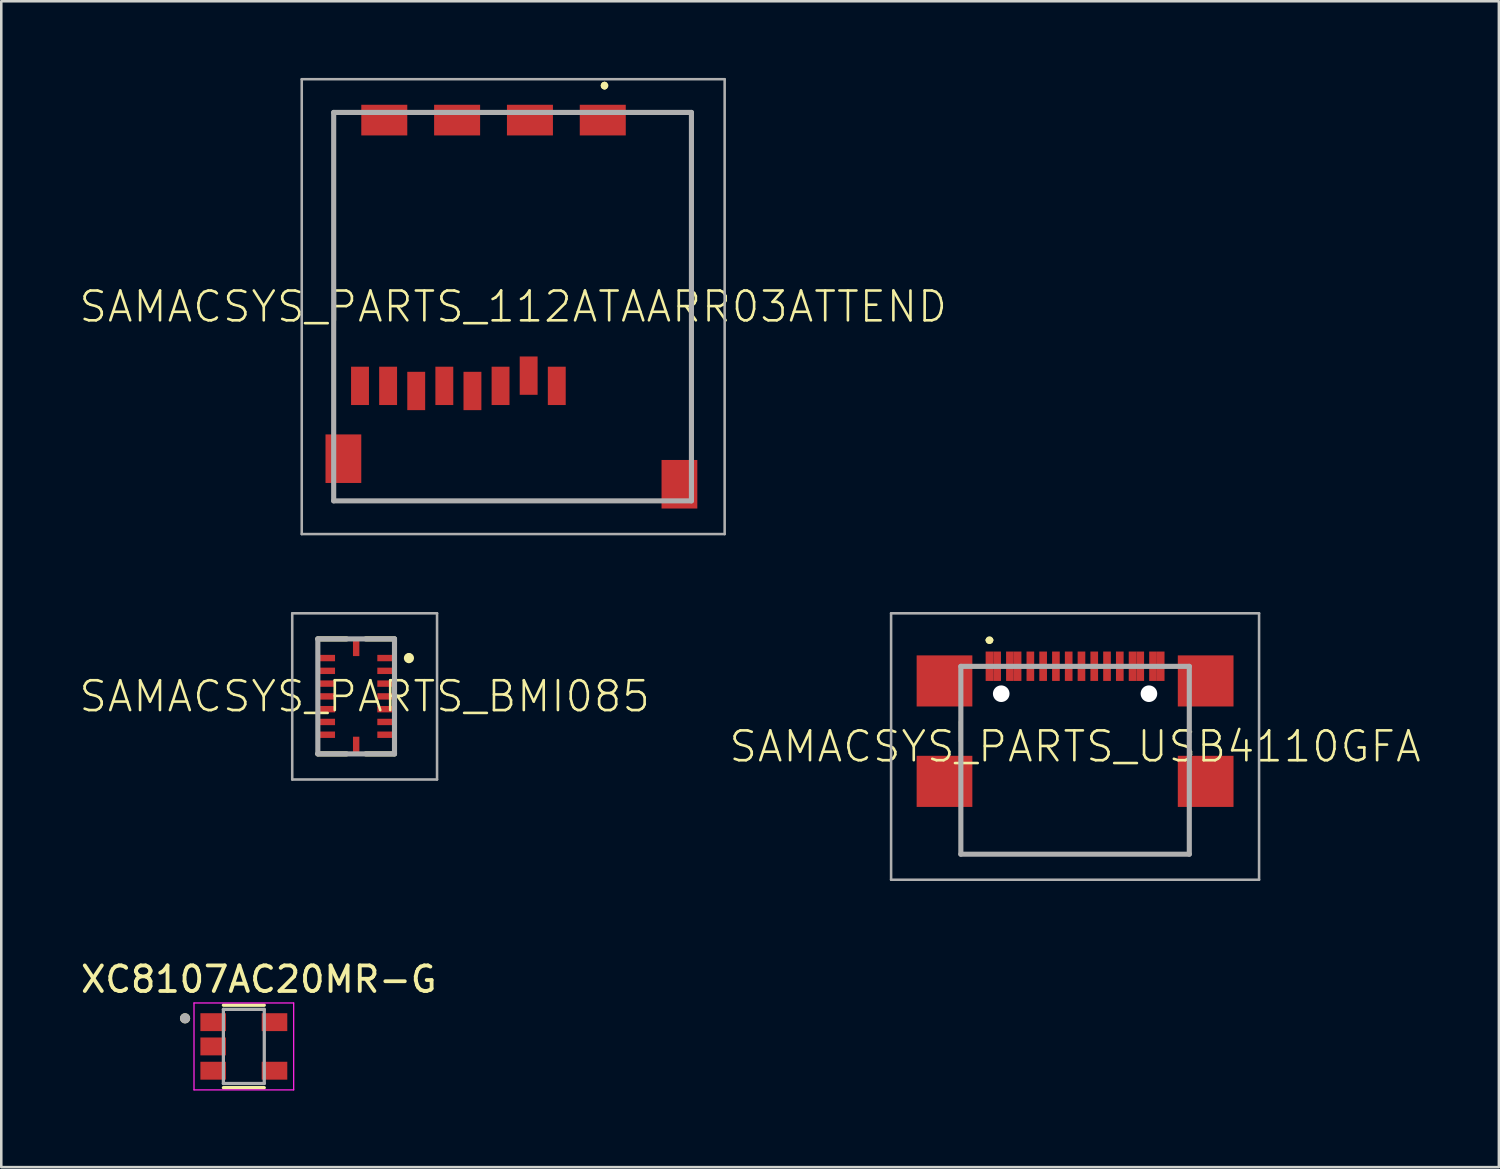
<source format=kicad_pcb>
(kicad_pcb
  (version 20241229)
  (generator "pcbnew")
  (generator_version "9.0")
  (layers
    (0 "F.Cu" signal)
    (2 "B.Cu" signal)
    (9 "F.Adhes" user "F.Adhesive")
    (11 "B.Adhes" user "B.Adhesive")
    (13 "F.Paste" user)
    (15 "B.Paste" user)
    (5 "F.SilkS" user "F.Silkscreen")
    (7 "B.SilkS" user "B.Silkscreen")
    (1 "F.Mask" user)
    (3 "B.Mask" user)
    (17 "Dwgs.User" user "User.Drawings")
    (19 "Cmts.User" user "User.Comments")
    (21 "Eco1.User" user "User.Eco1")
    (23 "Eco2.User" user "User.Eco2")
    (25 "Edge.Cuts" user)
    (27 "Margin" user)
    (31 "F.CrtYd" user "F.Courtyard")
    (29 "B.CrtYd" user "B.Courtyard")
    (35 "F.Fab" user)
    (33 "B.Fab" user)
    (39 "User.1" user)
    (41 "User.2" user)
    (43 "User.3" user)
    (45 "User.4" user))
  (footprint "SAMACSYS_PARTS_BMI085"
    (layer "F.Cu")
    (at 10.888 24.202)
    (property "Reference" "SAMACSYS_PARTS_BMI085" (at 0.331 0 0) (layer "F.SilkS") (effects (font (size 1.168 1.168) (thickness 0.102))))
    (fp_line (start -1.5 -2.25) (end -0.377 -2.25) (stroke (width 0.2) (type solid)) (layer "F.SilkS"))
    (fp_line (start -1.5 2.25) (end -0.377 2.25) (stroke (width 0.2) (type solid)) (layer "F.SilkS"))
    (fp_line (start 1.5 -2.25) (end 0.377 -2.25) (stroke (width 0.2) (type solid)) (layer "F.SilkS"))
    (fp_line (start 1.5 2.25) (end 0.377 2.25) (stroke (width 0.2) (type solid)) (layer "F.SilkS"))
    (fp_arc (start 2.065 -1.6) (mid 2.165 -1.5) (end 2.065 -1.4) (stroke (width 0.2) (type solid)) (layer "F.SilkS"))
    (fp_arc (start 2.065 -1.4) (mid 1.965 -1.5) (end 2.065 -1.6) (stroke (width 0.2) (type solid)) (layer "F.SilkS"))
    (fp_line (start -2.502 -3.252) (end 3.165 -3.252) (stroke (width 0.1) (type solid)) (layer "F.Fab"))
    (fp_line (start -2.502 3.252) (end -2.502 -3.252) (stroke (width 0.1) (type solid)) (layer "F.Fab"))
    (fp_line (start -1.5 -2.25) (end 1.5 -2.25) (stroke (width 0.2) (type solid)) (layer "F.Fab"))
    (fp_line (start -1.5 2.25) (end -1.5 -2.25) (stroke (width 0.2) (type solid)) (layer "F.Fab"))
    (fp_line (start 1.5 -2.25) (end 1.5 2.25) (stroke (width 0.2) (type solid)) (layer "F.Fab"))
    (fp_line (start 1.5 2.25) (end -1.5 2.25) (stroke (width 0.2) (type solid)) (layer "F.Fab"))
    (fp_line (start 3.165 -3.252) (end 3.165 3.252) (stroke (width 0.1) (type solid)) (layer "F.Fab"))
    (fp_line (start 3.165 3.252) (end -2.502 3.252) (stroke (width 0.1) (type solid)) (layer "F.Fab"))
    (pad "1" smd rect (at 1.165 -1.5) (size 0.675 0.25) (layers "F.Cu" "F.Mask" "F.Paste"))
    (pad "2" smd rect (at 1.165 -1) (size 0.675 0.25) (layers "F.Cu" "F.Mask" "F.Paste"))
    (pad "3" smd rect (at 1.165 -0.5) (size 0.675 0.25) (layers "F.Cu" "F.Mask" "F.Paste"))
    (pad "4" smd rect (at 1.165 0) (size 0.675 0.25) (layers "F.Cu" "F.Mask" "F.Paste"))
    (pad "5" smd rect (at 1.165 0.5) (size 0.675 0.25) (layers "F.Cu" "F.Mask" "F.Paste"))
    (pad "6" smd rect (at 1.165 1) (size 0.675 0.25) (layers "F.Cu" "F.Mask" "F.Paste"))
    (pad "7" smd rect (at 1.165 1.5) (size 0.675 0.25) (layers "F.Cu" "F.Mask" "F.Paste"))
    (pad "8" smd rect (at 0 1.915 90) (size 0.675 0.25) (layers "F.Cu" "F.Mask" "F.Paste"))
    (pad "9" smd rect (at -1.165 1.5) (size 0.675 0.25) (layers "F.Cu" "F.Mask" "F.Paste"))
    (pad "10" smd rect (at -1.165 1) (size 0.675 0.25) (layers "F.Cu" "F.Mask" "F.Paste"))
    (pad "11" smd rect (at -1.165 0.5) (size 0.675 0.25) (layers "F.Cu" "F.Mask" "F.Paste"))
    (pad "12" smd rect (at -1.165 0) (size 0.675 0.25) (layers "F.Cu" "F.Mask" "F.Paste"))
    (pad "13" smd rect (at -1.165 -0.5) (size 0.675 0.25) (layers "F.Cu" "F.Mask" "F.Paste"))
    (pad "14" smd rect (at -1.165 -1) (size 0.675 0.25) (layers "F.Cu" "F.Mask" "F.Paste"))
    (pad "15" smd rect (at -1.165 -1.5) (size 0.675 0.25) (layers "F.Cu" "F.Mask" "F.Paste"))
    (pad "16" smd rect (at 0 -1.915 90) (size 0.675 0.25) (layers "F.Cu" "F.Mask" "F.Paste")))
  (footprint "SAMACSYS_PARTS_112ATAARR03ATTEND"
    (layer "F.Cu")
    (at 9.938 12.05)
    (property "Reference" "SAMACSYS_PARTS_112ATAARR03ATTEND" (at 7.095 -3.1 0) (layer "F.SilkS") (effects (font (size 1.168 1.168) (thickness 0.102))))
    (fp_line (start 0.07 -10.7) (end 0.57 -10.7) (stroke (width 0.1) (type solid)) (layer "F.SilkS"))
    (fp_line (start 0.07 1.4) (end 0.07 -10.7) (stroke (width 0.1) (type solid)) (layer "F.SilkS"))
    (fp_line (start 12.07 -10.7) (end 14.07 -10.7) (stroke (width 0.1) (type solid)) (layer "F.SilkS"))
    (fp_line (start 12.32 4.5) (end 0.07 4.5) (stroke (width 0.1) (type solid)) (layer "F.SilkS"))
    (fp_line (start 14.07 -10.7) (end 14.07 2.15) (stroke (width 0.1) (type solid)) (layer "F.SilkS"))
    (fp_arc (start 10.67 -11.8) (mid 10.72 -11.75) (end 10.67 -11.7) (stroke (width 0.2) (type solid)) (layer "F.SilkS"))
    (fp_arc (start 10.67 -11.7) (mid 10.62 -11.75) (end 10.67 -11.8) (stroke (width 0.2) (type solid)) (layer "F.SilkS"))
    (fp_arc (start 10.67 -11.7) (mid 10.62 -11.75) (end 10.67 -11.8) (stroke (width 0.2) (type solid)) (layer "F.SilkS"))
    (fp_line (start -1.18 -12) (end 15.37 -12) (stroke (width 0.1) (type solid)) (layer "F.Fab"))
    (fp_line (start -1.18 5.8) (end -1.18 -12) (stroke (width 0.1) (type solid)) (layer "F.Fab"))
    (fp_line (start 0.07 -10.7) (end 0.07 4.5) (stroke (width 0.2) (type solid)) (layer "F.Fab"))
    (fp_line (start 0.07 4.5) (end 14.07 4.5) (stroke (width 0.2) (type solid)) (layer "F.Fab"))
    (fp_line (start 14.07 -10.7) (end 0.07 -10.7) (stroke (width 0.2) (type solid)) (layer "F.Fab"))
    (fp_line (start 14.07 4.5) (end 14.07 -10.7) (stroke (width 0.2) (type solid)) (layer "F.Fab"))
    (fp_line (start 15.37 -12) (end 15.37 5.8) (stroke (width 0.1) (type solid)) (layer "F.Fab"))
    (fp_line (start 15.37 5.8) (end -1.18 5.8) (stroke (width 0.1) (type solid)) (layer "F.Fab"))
    (pad "G1" smd rect (at 10.6 -10.4) (size 1.8 1.2) (layers "F.Cu" "F.Mask" "F.Paste"))
    (pad "G2" smd rect (at 4.9 -10.4) (size 1.8 1.2) (layers "F.Cu" "F.Mask" "F.Paste"))
    (pad "G3" smd rect (at 13.6 3.85 90) (size 1.9 1.4) (layers "F.Cu" "F.Mask" "F.Paste"))
    (pad "G4" smd rect (at 0.45 2.85 90) (size 1.9 1.4) (layers "F.Cu" "F.Mask" "F.Paste"))
    (pad "P1" smd rect (at 8.8 0 90) (size 1.5 0.7) (layers "F.Cu" "F.Mask" "F.Paste"))
    (pad "P2" smd rect (at 7.7 -0.4 90) (size 1.5 0.7) (layers "F.Cu" "F.Mask" "F.Paste"))
    (pad "P3" smd rect (at 6.6 0 90) (size 1.5 0.7) (layers "F.Cu" "F.Mask" "F.Paste"))
    (pad "P4" smd rect (at 5.5 0.2 90) (size 1.5 0.7) (layers "F.Cu" "F.Mask" "F.Paste"))
    (pad "P5" smd rect (at 4.4 0 90) (size 1.5 0.7) (layers "F.Cu" "F.Mask" "F.Paste"))
    (pad "P6" smd rect (at 3.3 0.2 90) (size 1.5 0.7) (layers "F.Cu" "F.Mask" "F.Paste"))
    (pad "P7" smd rect (at 2.2 0 90) (size 1.5 0.7) (layers "F.Cu" "F.Mask" "F.Paste"))
    (pad "P8" smd rect (at 1.1 0 90) (size 1.5 0.7) (layers "F.Cu" "F.Mask" "F.Paste"))
    (pad "S1" smd rect (at 7.75 -10.4) (size 1.8 1.2) (layers "F.Cu" "F.Mask" "F.Paste"))
    (pad "S2" smd rect (at 2.05 -10.4) (size 1.8 1.2) (layers "F.Cu" "F.Mask" "F.Paste")))
  (footprint "XC8107AC20MR-G"
    (layer "F.Cu")
    (at 6.492 37.9)
    (property "Reference" "XC8107AC20MR-G" (at 0.585 -2.625 0) (layer "F.SilkS") (effects (font (size 1 1) (thickness 0.15))))
    (attr smd)
    (fp_line (start -0.8 -1.613) (end 0.8 -1.613) (stroke (width 0.127) (type solid)) (layer "F.SilkS"))
    (fp_line (start -0.8 1.613) (end 0.8 1.613) (stroke (width 0.127) (type solid)) (layer "F.SilkS"))
    (fp_circle (center -2.3 -1.1) (end -2.2 -1.1) (stroke (width 0.2) (type solid)) (fill no) (layer "F.SilkS"))
    (fp_line (start -1.95 -1.7) (end 1.95 -1.7) (stroke (width 0.05) (type solid)) (layer "F.CrtYd"))
    (fp_line (start -1.95 1.7) (end -1.95 -1.7) (stroke (width 0.05) (type solid)) (layer "F.CrtYd"))
    (fp_line (start 1.95 -1.7) (end 1.95 1.7) (stroke (width 0.05) (type solid)) (layer "F.CrtYd"))
    (fp_line (start 1.95 1.7) (end -1.95 1.7) (stroke (width 0.05) (type solid)) (layer "F.CrtYd"))
    (fp_line (start -0.8 -1.45) (end 0.8 -1.45) (stroke (width 0.127) (type solid)) (layer "F.Fab"))
    (fp_line (start -0.8 1.45) (end -0.8 -1.45) (stroke (width 0.127) (type solid)) (layer "F.Fab"))
    (fp_line (start 0.8 -1.45) (end 0.8 1.45) (stroke (width 0.127) (type solid)) (layer "F.Fab"))
    (fp_line (start 0.8 1.45) (end -0.8 1.45) (stroke (width 0.127) (type solid)) (layer "F.Fab"))
    (fp_circle (center -2.3 -1.1) (end -2.2 -1.1) (stroke (width 0.2) (type solid)) (fill no) (layer "F.Fab"))
    (pad "1" smd rect (at -1.2 -0.95) (size 1 0.7) (layers "F.Cu" "F.Mask" "F.Paste"))
    (pad "2" smd rect (at -1.2 0) (size 1 0.7) (layers "F.Cu" "F.Mask" "F.Paste"))
    (pad "3" smd rect (at -1.2 0.95) (size 1 0.7) (layers "F.Cu" "F.Mask" "F.Paste"))
    (pad "4" smd rect (at 1.2 0.95) (size 1 0.7) (layers "F.Cu" "F.Mask" "F.Paste"))
    (pad "5" smd rect (at 1.2 -0.95) (size 1 0.7) (layers "F.Cu" "F.Mask" "F.Paste")))
  (footprint "SAMACSYS_PARTS_USB4110GFA"
    (layer "F.Cu")
    (at 39.021 26.7)
    (property "Reference" "SAMACSYS_PARTS_USB4110GFA" (at 0 -0.536 0) (layer "F.SilkS") (effects (font (size 1.168 1.168) (thickness 0.102))))
    (fp_line (start -4.5 -1.5) (end -4.5 -0.75) (stroke (width 0.1) (type solid)) (layer "F.SilkS"))
    (fp_line (start -4.5 -0.75) (end -4.47 -0.75) (stroke (width 0.1) (type solid)) (layer "F.SilkS"))
    (fp_line (start -4.47 -1.5) (end -4.5 -1.5) (stroke (width 0.1) (type solid)) (layer "F.SilkS"))
    (fp_line (start -4.47 -0.75) (end -4.47 -1.5) (stroke (width 0.1) (type solid)) (layer "F.SilkS"))
    (fp_line (start -4.47 3.677) (end -4.47 2.5) (stroke (width 0.1) (type solid)) (layer "F.SilkS"))
    (fp_line (start 4.47 -1.75) (end 4.47 -0.75) (stroke (width 0.1) (type solid)) (layer "F.SilkS"))
    (fp_line (start 4.47 2.25) (end 4.47 3.677) (stroke (width 0.1) (type solid)) (layer "F.SilkS"))
    (fp_line (start 4.47 3.677) (end -4.47 3.677) (stroke (width 0.1) (type solid)) (layer "F.SilkS"))
    (fp_arc (start -3.4 -4.7) (mid -3.35 -4.75) (end -3.3 -4.7) (stroke (width 0.2) (type solid)) (layer "F.SilkS"))
    (fp_arc (start -3.3 -4.7) (mid -3.35 -4.65) (end -3.4 -4.7) (stroke (width 0.2) (type solid)) (layer "F.SilkS"))
    (fp_arc (start -3.3 -4.7) (mid -3.35 -4.65) (end -3.4 -4.7) (stroke (width 0.2) (type solid)) (layer "F.SilkS"))
    (fp_line (start -7.2 -5.75) (end 7.2 -5.75) (stroke (width 0.1) (type solid)) (layer "F.Fab"))
    (fp_line (start -7.2 4.677) (end -7.2 -5.75) (stroke (width 0.1) (type solid)) (layer "F.Fab"))
    (fp_line (start -4.47 -3.673) (end -4.47 3.677) (stroke (width 0.2) (type solid)) (layer "F.Fab"))
    (fp_line (start -4.47 3.677) (end 4.47 3.677) (stroke (width 0.2) (type solid)) (layer "F.Fab"))
    (fp_line (start 4.47 -3.673) (end -4.47 -3.673) (stroke (width 0.2) (type solid)) (layer "F.Fab"))
    (fp_line (start 4.47 3.677) (end 4.47 -3.673) (stroke (width 0.2) (type solid)) (layer "F.Fab"))
    (fp_line (start 7.2 -5.75) (end 7.2 4.677) (stroke (width 0.1) (type solid)) (layer "F.Fab"))
    (fp_line (start 7.2 4.677) (end -7.2 4.677) (stroke (width 0.1) (type solid)) (layer "F.Fab"))
    (pad "" np_thru_hole circle (at -2.89 -2.603) (size 0.65 0.65) (drill 0.65) (layers "*.Cu" "*.Mask"))
    (pad "" np_thru_hole circle (at 2.89 -2.603) (size 0.65 0.65) (drill 0.65) (layers "*.Cu" "*.Mask"))
    (pad "A1" smd rect (at -3.35 -3.678 90) (size 1.15 0.3) (layers "F.Cu" "F.Mask" "F.Paste"))
    (pad "A4" smd rect (at -2.55 -3.678 90) (size 1.15 0.3) (layers "F.Cu" "F.Mask" "F.Paste"))
    (pad "A5" smd rect (at -1.25 -3.678 90) (size 1.15 0.3) (layers "F.Cu" "F.Mask" "F.Paste"))
    (pad "A6" smd rect (at -0.25 -3.678 90) (size 1.15 0.3) (layers "F.Cu" "F.Mask" "F.Paste"))
    (pad "A7" smd rect (at 0.25 -3.678 90) (size 1.15 0.3) (layers "F.Cu" "F.Mask" "F.Paste"))
    (pad "A8" smd rect (at 1.25 -3.678 90) (size 1.15 0.3) (layers "F.Cu" "F.Mask" "F.Paste"))
    (pad "A9" smd rect (at 2.55 -3.678 90) (size 1.15 0.3) (layers "F.Cu" "F.Mask" "F.Paste"))
    (pad "A12" smd rect (at 3.35 -3.678 90) (size 1.15 0.3) (layers "F.Cu" "F.Mask" "F.Paste"))
    (pad "B1" smd rect (at 3.05 -3.678 90) (size 1.15 0.3) (layers "F.Cu" "F.Mask" "F.Paste"))
    (pad "B4" smd rect (at 2.25 -3.678 90) (size 1.15 0.3) (layers "F.Cu" "F.Mask" "F.Paste"))
    (pad "B5" smd rect (at 1.75 -3.678 90) (size 1.15 0.3) (layers "F.Cu" "F.Mask" "F.Paste"))
    (pad "B6" smd rect (at 0.75 -3.678 90) (size 1.15 0.3) (layers "F.Cu" "F.Mask" "F.Paste"))
    (pad "B7" smd rect (at -0.75 -3.678 90) (size 1.15 0.3) (layers "F.Cu" "F.Mask" "F.Paste"))
    (pad "B8" smd rect (at -1.75 -3.678 90) (size 1.15 0.3) (layers "F.Cu" "F.Mask" "F.Paste"))
    (pad "B9" smd rect (at -2.25 -3.678 90) (size 1.15 0.3) (layers "F.Cu" "F.Mask" "F.Paste"))
    (pad "B12" smd rect (at -3.05 -3.678 90) (size 1.15 0.3) (layers "F.Cu" "F.Mask" "F.Paste"))
    (pad "MP1" smd rect (at -5.11 0.827) (size 2.18 2) (layers "F.Cu" "F.Mask" "F.Paste"))
    (pad "MP2" smd rect (at 5.11 0.827) (size 2.18 2) (layers "F.Cu" "F.Mask" "F.Paste"))
    (pad "MP3" smd rect (at -5.11 -3.103) (size 2.18 2) (layers "F.Cu" "F.Mask" "F.Paste"))
    (pad "MP4" smd rect (at 5.11 -3.103) (size 2.18 2) (layers "F.Cu" "F.Mask" "F.Paste")))
  (gr_rect
    (start -3 -3)
    (end 55.605 42.625)
    (stroke (width 0.1) (type default))
    (fill no)
    (layer "Edge.Cuts")))
</source>
